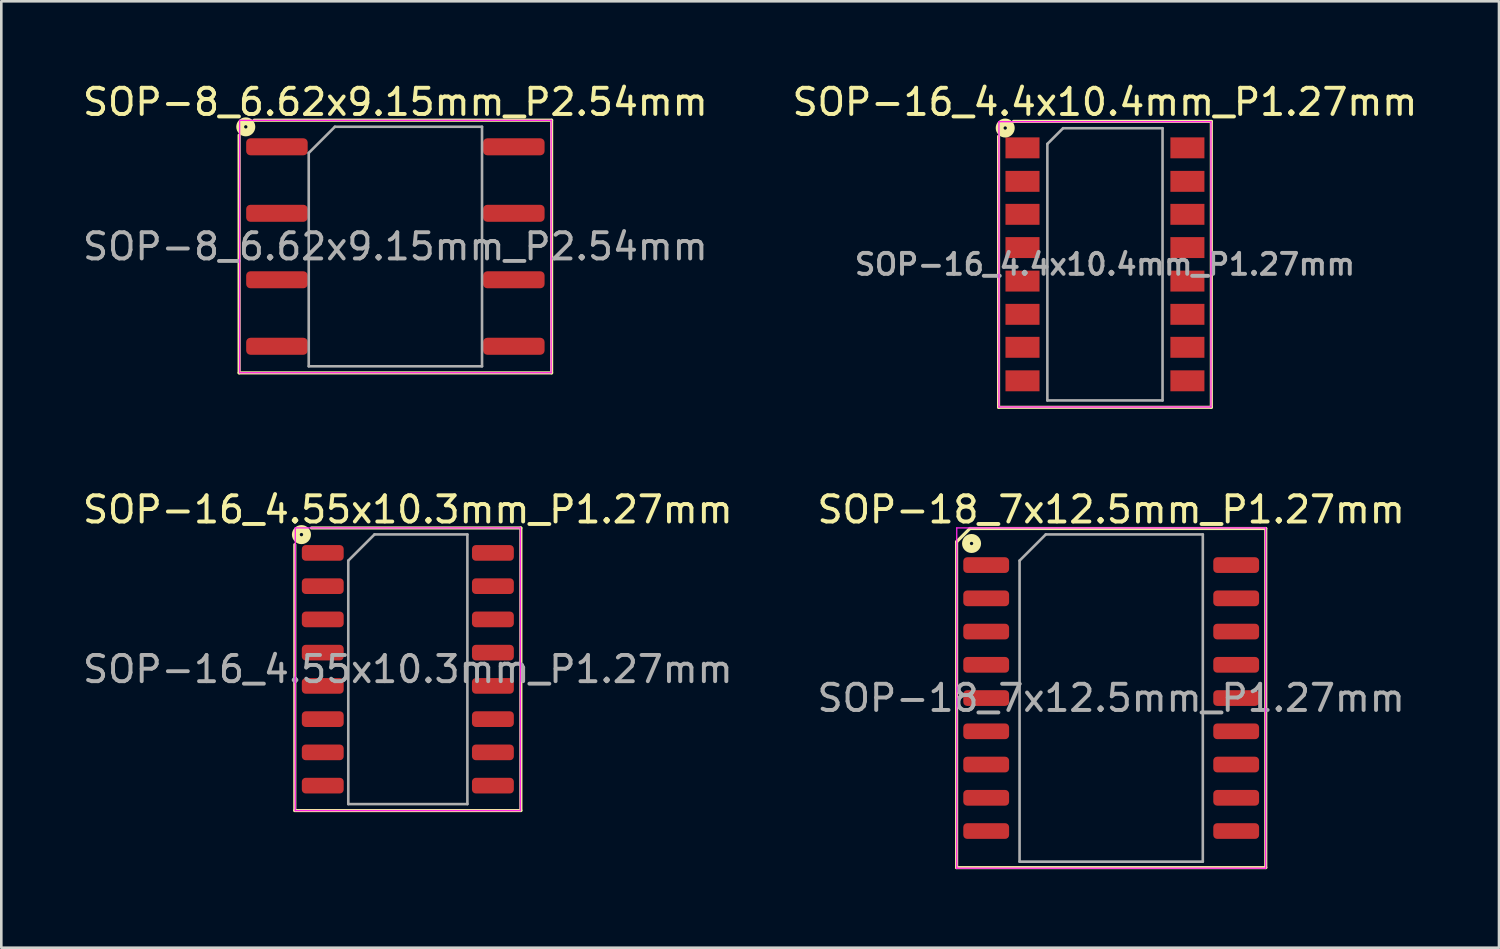
<source format=kicad_pcb>
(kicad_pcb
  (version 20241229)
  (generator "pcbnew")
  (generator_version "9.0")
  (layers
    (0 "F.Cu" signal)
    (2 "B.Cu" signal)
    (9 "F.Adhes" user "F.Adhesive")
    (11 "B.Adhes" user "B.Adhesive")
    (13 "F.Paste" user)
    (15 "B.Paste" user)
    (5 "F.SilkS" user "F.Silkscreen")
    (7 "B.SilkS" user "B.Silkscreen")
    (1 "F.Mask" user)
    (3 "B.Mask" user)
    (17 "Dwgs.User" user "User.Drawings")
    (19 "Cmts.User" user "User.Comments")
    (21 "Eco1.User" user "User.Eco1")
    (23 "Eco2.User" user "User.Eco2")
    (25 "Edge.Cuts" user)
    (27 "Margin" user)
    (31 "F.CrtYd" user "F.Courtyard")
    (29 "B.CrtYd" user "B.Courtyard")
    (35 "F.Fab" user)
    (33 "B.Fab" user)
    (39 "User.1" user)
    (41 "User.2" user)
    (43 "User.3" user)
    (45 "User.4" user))
  (footprint "SOP-16_4.55x10.3mm_P1.27mm"
    (layer "F.Cu")
    (at 12.53 22.517)
    (property "Reference" "SOP-16_4.55x10.3mm_P1.27mm" (at 0 -6.1 0) (layer "F.SilkS") (effects (font (size 1 1) (thickness 0.15))))
    (attr smd)
    (fp_line (start -4.318 -4.763) (end -4.318 5.397) (stroke (width 0.12) (type solid)) (layer "F.SilkS"))
    (fp_line (start -4.318 5.397) (end 4.318 5.397) (stroke (width 0.12) (type solid)) (layer "F.SilkS"))
    (fp_line (start 4.318 -5.397) (end -3.683 -5.397) (stroke (width 0.12) (type solid)) (layer "F.SilkS"))
    (fp_line (start 4.318 5.397) (end 4.318 -5.397) (stroke (width 0.12) (type solid)) (layer "F.SilkS"))
    (fp_circle (center -4.064 -5.144) (end -4 -5.144) (stroke (width 0.3) (type solid)) (fill no) (layer "F.SilkS"))
    (fp_line (start -4.3 -5.4) (end -4.3 5.4) (stroke (width 0.05) (type solid)) (layer "F.CrtYd"))
    (fp_line (start -4.3 5.4) (end 4.3 5.4) (stroke (width 0.05) (type solid)) (layer "F.CrtYd"))
    (fp_line (start 4.3 -5.4) (end -4.3 -5.4) (stroke (width 0.05) (type solid)) (layer "F.CrtYd"))
    (fp_line (start 4.3 5.4) (end 4.3 -5.4) (stroke (width 0.05) (type solid)) (layer "F.CrtYd"))
    (fp_line (start -2.275 -4.15) (end -1.275 -5.15) (stroke (width 0.1) (type solid)) (layer "F.Fab"))
    (fp_line (start -2.275 5.15) (end -2.275 -4.15) (stroke (width 0.1) (type solid)) (layer "F.Fab"))
    (fp_line (start -1.275 -5.15) (end 2.275 -5.15) (stroke (width 0.1) (type solid)) (layer "F.Fab"))
    (fp_line (start 2.275 -5.15) (end 2.275 5.15) (stroke (width 0.1) (type solid)) (layer "F.Fab"))
    (fp_line (start 2.275 5.15) (end -2.275 5.15) (stroke (width 0.1) (type solid)) (layer "F.Fab"))
    (fp_text user "${REFERENCE}" (at 0 0 0) (layer "F.Fab") (effects (font (size 1 1) (thickness 0.15))))
    (pad "1" smd roundrect (at -3.25 -4.445) (size 1.6 0.6) (layers "F.Cu" "F.Mask" "F.Paste") (roundrect_rratio 0.25))
    (pad "2" smd roundrect (at -3.25 -3.175) (size 1.6 0.6) (layers "F.Cu" "F.Mask" "F.Paste") (roundrect_rratio 0.25))
    (pad "3" smd roundrect (at -3.25 -1.905) (size 1.6 0.6) (layers "F.Cu" "F.Mask" "F.Paste") (roundrect_rratio 0.25))
    (pad "4" smd roundrect (at -3.25 -0.635) (size 1.6 0.6) (layers "F.Cu" "F.Mask" "F.Paste") (roundrect_rratio 0.25))
    (pad "5" smd roundrect (at -3.25 0.635) (size 1.6 0.6) (layers "F.Cu" "F.Mask" "F.Paste") (roundrect_rratio 0.25))
    (pad "6" smd roundrect (at -3.25 1.905) (size 1.6 0.6) (layers "F.Cu" "F.Mask" "F.Paste") (roundrect_rratio 0.25))
    (pad "7" smd roundrect (at -3.25 3.175) (size 1.6 0.6) (layers "F.Cu" "F.Mask" "F.Paste") (roundrect_rratio 0.25))
    (pad "8" smd roundrect (at -3.25 4.445) (size 1.6 0.6) (layers "F.Cu" "F.Mask" "F.Paste") (roundrect_rratio 0.25))
    (pad "9" smd roundrect (at 3.25 4.445) (size 1.6 0.6) (layers "F.Cu" "F.Mask" "F.Paste") (roundrect_rratio 0.25))
    (pad "10" smd roundrect (at 3.25 3.175) (size 1.6 0.6) (layers "F.Cu" "F.Mask" "F.Paste") (roundrect_rratio 0.25))
    (pad "11" smd roundrect (at 3.25 1.905) (size 1.6 0.6) (layers "F.Cu" "F.Mask" "F.Paste") (roundrect_rratio 0.25))
    (pad "12" smd roundrect (at 3.25 0.635) (size 1.6 0.6) (layers "F.Cu" "F.Mask" "F.Paste") (roundrect_rratio 0.25))
    (pad "13" smd roundrect (at 3.25 -0.635) (size 1.6 0.6) (layers "F.Cu" "F.Mask" "F.Paste") (roundrect_rratio 0.25))
    (pad "14" smd roundrect (at 3.25 -1.905) (size 1.6 0.6) (layers "F.Cu" "F.Mask" "F.Paste") (roundrect_rratio 0.25))
    (pad "15" smd roundrect (at 3.25 -3.175) (size 1.6 0.6) (layers "F.Cu" "F.Mask" "F.Paste") (roundrect_rratio 0.25))
    (pad "16" smd roundrect (at 3.25 -4.445) (size 1.6 0.6) (layers "F.Cu" "F.Mask" "F.Paste") (roundrect_rratio 0.25)))
  (footprint "SOP-18_7x12.5mm_P1.27mm"
    (layer "F.Cu")
    (at 39.399 23.617)
    (property "Reference" "SOP-18_7x12.5mm_P1.27mm" (at 0 -7.2 0) (layer "F.SilkS") (effects (font (size 1 1) (thickness 0.15))))
    (attr smd)
    (fp_line (start -5.905 -5.969) (end -5.905 6.477) (stroke (width 0.12) (type solid)) (layer "F.SilkS"))
    (fp_line (start -5.905 -5.969) (end -5.397 -6.477) (stroke (width 0.12) (type solid)) (layer "F.SilkS"))
    (fp_line (start -5.905 6.477) (end 5.905 6.477) (stroke (width 0.12) (type solid)) (layer "F.SilkS"))
    (fp_line (start 5.905 -6.477) (end -5.397 -6.477) (stroke (width 0.12) (type solid)) (layer "F.SilkS"))
    (fp_line (start 5.905 6.477) (end 5.905 -6.477) (stroke (width 0.12) (type solid)) (layer "F.SilkS"))
    (fp_circle (center -5.334 -5.905) (end -5.271 -5.905) (stroke (width 0.3) (type solid)) (fill no) (layer "F.SilkS"))
    (fp_line (start -5.9 -6.5) (end -5.9 6.5) (stroke (width 0.05) (type solid)) (layer "F.CrtYd"))
    (fp_line (start -5.9 6.5) (end 5.9 6.5) (stroke (width 0.05) (type solid)) (layer "F.CrtYd"))
    (fp_line (start 5.9 -6.5) (end -5.9 -6.5) (stroke (width 0.05) (type solid)) (layer "F.CrtYd"))
    (fp_line (start 5.9 6.5) (end 5.9 -6.5) (stroke (width 0.05) (type solid)) (layer "F.CrtYd"))
    (fp_line (start -3.5 -5.25) (end -2.5 -6.25) (stroke (width 0.1) (type solid)) (layer "F.Fab"))
    (fp_line (start -3.5 6.25) (end -3.5 -5.25) (stroke (width 0.1) (type solid)) (layer "F.Fab"))
    (fp_line (start -2.5 -6.25) (end 3.5 -6.25) (stroke (width 0.1) (type solid)) (layer "F.Fab"))
    (fp_line (start 3.5 -6.25) (end 3.5 6.25) (stroke (width 0.1) (type solid)) (layer "F.Fab"))
    (fp_line (start 3.5 6.25) (end -3.5 6.25) (stroke (width 0.1) (type solid)) (layer "F.Fab"))
    (fp_text user "${REFERENCE}" (at 0 0 0) (layer "F.Fab") (effects (font (size 1 1) (thickness 0.15))))
    (pad "1" smd roundrect (at -4.775 -5.08) (size 1.75 0.6) (layers "F.Cu" "F.Mask" "F.Paste") (roundrect_rratio 0.25))
    (pad "2" smd roundrect (at -4.775 -3.81) (size 1.75 0.6) (layers "F.Cu" "F.Mask" "F.Paste") (roundrect_rratio 0.25))
    (pad "3" smd roundrect (at -4.775 -2.54) (size 1.75 0.6) (layers "F.Cu" "F.Mask" "F.Paste") (roundrect_rratio 0.25))
    (pad "4" smd roundrect (at -4.775 -1.27) (size 1.75 0.6) (layers "F.Cu" "F.Mask" "F.Paste") (roundrect_rratio 0.25))
    (pad "5" smd roundrect (at -4.775 0) (size 1.75 0.6) (layers "F.Cu" "F.Mask" "F.Paste") (roundrect_rratio 0.25))
    (pad "6" smd roundrect (at -4.775 1.27) (size 1.75 0.6) (layers "F.Cu" "F.Mask" "F.Paste") (roundrect_rratio 0.25))
    (pad "7" smd roundrect (at -4.775 2.54) (size 1.75 0.6) (layers "F.Cu" "F.Mask" "F.Paste") (roundrect_rratio 0.25))
    (pad "8" smd roundrect (at -4.775 3.81) (size 1.75 0.6) (layers "F.Cu" "F.Mask" "F.Paste") (roundrect_rratio 0.25))
    (pad "9" smd roundrect (at -4.775 5.08) (size 1.75 0.6) (layers "F.Cu" "F.Mask" "F.Paste") (roundrect_rratio 0.25))
    (pad "10" smd roundrect (at 4.775 5.08) (size 1.75 0.6) (layers "F.Cu" "F.Mask" "F.Paste") (roundrect_rratio 0.25))
    (pad "11" smd roundrect (at 4.775 3.81) (size 1.75 0.6) (layers "F.Cu" "F.Mask" "F.Paste") (roundrect_rratio 0.25))
    (pad "12" smd roundrect (at 4.775 2.54) (size 1.75 0.6) (layers "F.Cu" "F.Mask" "F.Paste") (roundrect_rratio 0.25))
    (pad "13" smd roundrect (at 4.775 1.27) (size 1.75 0.6) (layers "F.Cu" "F.Mask" "F.Paste") (roundrect_rratio 0.25))
    (pad "14" smd roundrect (at 4.775 0) (size 1.75 0.6) (layers "F.Cu" "F.Mask" "F.Paste") (roundrect_rratio 0.25))
    (pad "15" smd roundrect (at 4.775 -1.27) (size 1.75 0.6) (layers "F.Cu" "F.Mask" "F.Paste") (roundrect_rratio 0.25))
    (pad "16" smd roundrect (at 4.775 -2.54) (size 1.75 0.6) (layers "F.Cu" "F.Mask" "F.Paste") (roundrect_rratio 0.25))
    (pad "17" smd roundrect (at 4.775 -3.81) (size 1.75 0.6) (layers "F.Cu" "F.Mask" "F.Paste") (roundrect_rratio 0.25))
    (pad "18" smd roundrect (at 4.775 -5.08) (size 1.75 0.6) (layers "F.Cu" "F.Mask" "F.Paste") (roundrect_rratio 0.25)))
  (footprint "SOP-16_4.4x10.4mm_P1.27mm"
    (layer "F.Cu")
    (at 39.161 7.048)
    (property "Reference" "SOP-16_4.4x10.4mm_P1.27mm" (at 0 -6.2 0) (layer "F.SilkS") (effects (font (size 1 1) (thickness 0.15))))
    (attr smd)
    (fp_line (start -4.064 -4.889) (end -4.064 5.461) (stroke (width 0.12) (type solid)) (layer "F.SilkS"))
    (fp_line (start -4.064 5.461) (end 4.064 5.461) (stroke (width 0.12) (type solid)) (layer "F.SilkS"))
    (fp_line (start 4.064 -5.461) (end -3.493 -5.461) (stroke (width 0.12) (type solid)) (layer "F.SilkS"))
    (fp_line (start 4.064 5.461) (end 4.064 -5.461) (stroke (width 0.12) (type solid)) (layer "F.SilkS"))
    (fp_circle (center -3.81 -5.207) (end -3.747 -5.207) (stroke (width 0.3) (type solid)) (fill no) (layer "F.SilkS"))
    (fp_line (start -4.05 -5.45) (end -4.05 5.45) (stroke (width 0.05) (type solid)) (layer "F.CrtYd"))
    (fp_line (start -4.05 -5.45) (end 4.05 -5.45) (stroke (width 0.05) (type solid)) (layer "F.CrtYd"))
    (fp_line (start 4.05 5.45) (end -4.05 5.45) (stroke (width 0.05) (type solid)) (layer "F.CrtYd"))
    (fp_line (start 4.05 5.45) (end 4.05 -5.45) (stroke (width 0.05) (type solid)) (layer "F.CrtYd"))
    (fp_line (start -2.2 -4.6) (end -1.6 -5.2) (stroke (width 0.1) (type solid)) (layer "F.Fab"))
    (fp_line (start -2.2 5.2) (end -2.2 -4.6) (stroke (width 0.1) (type solid)) (layer "F.Fab"))
    (fp_line (start -1.6 -5.2) (end 2.2 -5.2) (stroke (width 0.1) (type solid)) (layer "F.Fab"))
    (fp_line (start 2.2 -5.2) (end 2.2 5.2) (stroke (width 0.1) (type solid)) (layer "F.Fab"))
    (fp_line (start 2.2 5.2) (end -2.2 5.2) (stroke (width 0.1) (type solid)) (layer "F.Fab"))
    (fp_text user "${REFERENCE}" (at 0 0 0) (layer "F.Fab") (effects (font (size 0.8 0.8) (thickness 0.15))))
    (pad "1" smd rect (at -3.15 -4.45) (size 1.3 0.8) (layers "F.Cu" "F.Mask" "F.Paste"))
    (pad "2" smd rect (at -3.15 -3.17) (size 1.3 0.8) (layers "F.Cu" "F.Mask" "F.Paste"))
    (pad "3" smd rect (at -3.15 -1.91) (size 1.3 0.8) (layers "F.Cu" "F.Mask" "F.Paste"))
    (pad "4" smd rect (at -3.15 -0.64) (size 1.3 0.8) (layers "F.Cu" "F.Mask" "F.Paste"))
    (pad "5" smd rect (at -3.15 0.64) (size 1.3 0.8) (layers "F.Cu" "F.Mask" "F.Paste"))
    (pad "6" smd rect (at -3.15 1.91) (size 1.3 0.8) (layers "F.Cu" "F.Mask" "F.Paste"))
    (pad "7" smd rect (at -3.15 3.17) (size 1.3 0.8) (layers "F.Cu" "F.Mask" "F.Paste"))
    (pad "8" smd rect (at -3.15 4.45) (size 1.3 0.8) (layers "F.Cu" "F.Mask" "F.Paste"))
    (pad "9" smd rect (at 3.15 4.45) (size 1.3 0.8) (layers "F.Cu" "F.Mask" "F.Paste"))
    (pad "10" smd rect (at 3.15 3.17) (size 1.3 0.8) (layers "F.Cu" "F.Mask" "F.Paste"))
    (pad "11" smd rect (at 3.15 1.91) (size 1.3 0.8) (layers "F.Cu" "F.Mask" "F.Paste"))
    (pad "12" smd rect (at 3.15 0.64) (size 1.3 0.8) (layers "F.Cu" "F.Mask" "F.Paste"))
    (pad "13" smd rect (at 3.15 -0.64) (size 1.3 0.8) (layers "F.Cu" "F.Mask" "F.Paste"))
    (pad "14" smd rect (at 3.15 -1.91) (size 1.3 0.8) (layers "F.Cu" "F.Mask" "F.Paste"))
    (pad "15" smd rect (at 3.15 -3.17) (size 1.3 0.8) (layers "F.Cu" "F.Mask" "F.Paste"))
    (pad "16" smd rect (at 3.15 -4.45) (size 1.3 0.8) (layers "F.Cu" "F.Mask" "F.Paste")))
  (footprint "SOP-8_6.62x9.15mm_P2.54mm"
    (layer "F.Cu")
    (at 12.054 6.368)
    (property "Reference" "SOP-8_6.62x9.15mm_P2.54mm" (at 0 -5.52 0) (layer "F.SilkS") (effects (font (size 1 1) (thickness 0.15))))
    (attr smd)
    (fp_line (start -5.969 -4.255) (end -5.969 4.826) (stroke (width 0.12) (type solid)) (layer "F.SilkS"))
    (fp_line (start -5.969 4.826) (end 5.969 4.826) (stroke (width 0.12) (type solid)) (layer "F.SilkS"))
    (fp_line (start 5.969 -4.826) (end -5.397 -4.826) (stroke (width 0.12) (type solid)) (layer "F.SilkS"))
    (fp_line (start 5.969 4.826) (end 5.969 -4.826) (stroke (width 0.12) (type solid)) (layer "F.SilkS"))
    (fp_circle (center -5.715 -4.572) (end -5.652 -4.572) (stroke (width 0.3) (type solid)) (fill no) (layer "F.SilkS"))
    (fp_line (start -5.95 -4.82) (end -5.95 4.82) (stroke (width 0.05) (type solid)) (layer "F.CrtYd"))
    (fp_line (start -5.95 4.82) (end 5.95 4.82) (stroke (width 0.05) (type solid)) (layer "F.CrtYd"))
    (fp_line (start 5.95 -4.82) (end -5.95 -4.82) (stroke (width 0.05) (type solid)) (layer "F.CrtYd"))
    (fp_line (start 5.95 4.82) (end 5.95 -4.82) (stroke (width 0.05) (type solid)) (layer "F.CrtYd"))
    (fp_line (start -3.31 -3.575) (end -2.31 -4.575) (stroke (width 0.1) (type solid)) (layer "F.Fab"))
    (fp_line (start -3.31 4.575) (end -3.31 -3.575) (stroke (width 0.1) (type solid)) (layer "F.Fab"))
    (fp_line (start -2.31 -4.575) (end 3.31 -4.575) (stroke (width 0.1) (type solid)) (layer "F.Fab"))
    (fp_line (start 3.31 -4.575) (end 3.31 4.575) (stroke (width 0.1) (type solid)) (layer "F.Fab"))
    (fp_line (start 3.31 4.575) (end -3.31 4.575) (stroke (width 0.1) (type solid)) (layer "F.Fab"))
    (fp_text user "${REFERENCE}" (at 0 0 0) (layer "F.Fab") (effects (font (size 1 1) (thickness 0.15))))
    (pad "1" smd roundrect (at -4.525 -3.81) (size 2.35 0.65) (layers "F.Cu" "F.Mask" "F.Paste") (roundrect_rratio 0.25))
    (pad "2" smd roundrect (at -4.525 -1.27) (size 2.35 0.65) (layers "F.Cu" "F.Mask" "F.Paste") (roundrect_rratio 0.25))
    (pad "3" smd roundrect (at -4.525 1.27) (size 2.35 0.65) (layers "F.Cu" "F.Mask" "F.Paste") (roundrect_rratio 0.25))
    (pad "4" smd roundrect (at -4.525 3.81) (size 2.35 0.65) (layers "F.Cu" "F.Mask" "F.Paste") (roundrect_rratio 0.25))
    (pad "5" smd roundrect (at 4.525 3.81) (size 2.35 0.65) (layers "F.Cu" "F.Mask" "F.Paste") (roundrect_rratio 0.25))
    (pad "6" smd roundrect (at 4.525 1.27) (size 2.35 0.65) (layers "F.Cu" "F.Mask" "F.Paste") (roundrect_rratio 0.25))
    (pad "7" smd roundrect (at 4.525 -1.27) (size 2.35 0.65) (layers "F.Cu" "F.Mask" "F.Paste") (roundrect_rratio 0.25))
    (pad "8" smd roundrect (at 4.525 -3.81) (size 2.35 0.65) (layers "F.Cu" "F.Mask" "F.Paste") (roundrect_rratio 0.25)))
  (gr_rect
    (start -3 -3)
    (end 54.214 33.154)
    (stroke (width 0.1) (type default))
    (fill no)
    (layer "Edge.Cuts")))
</source>
